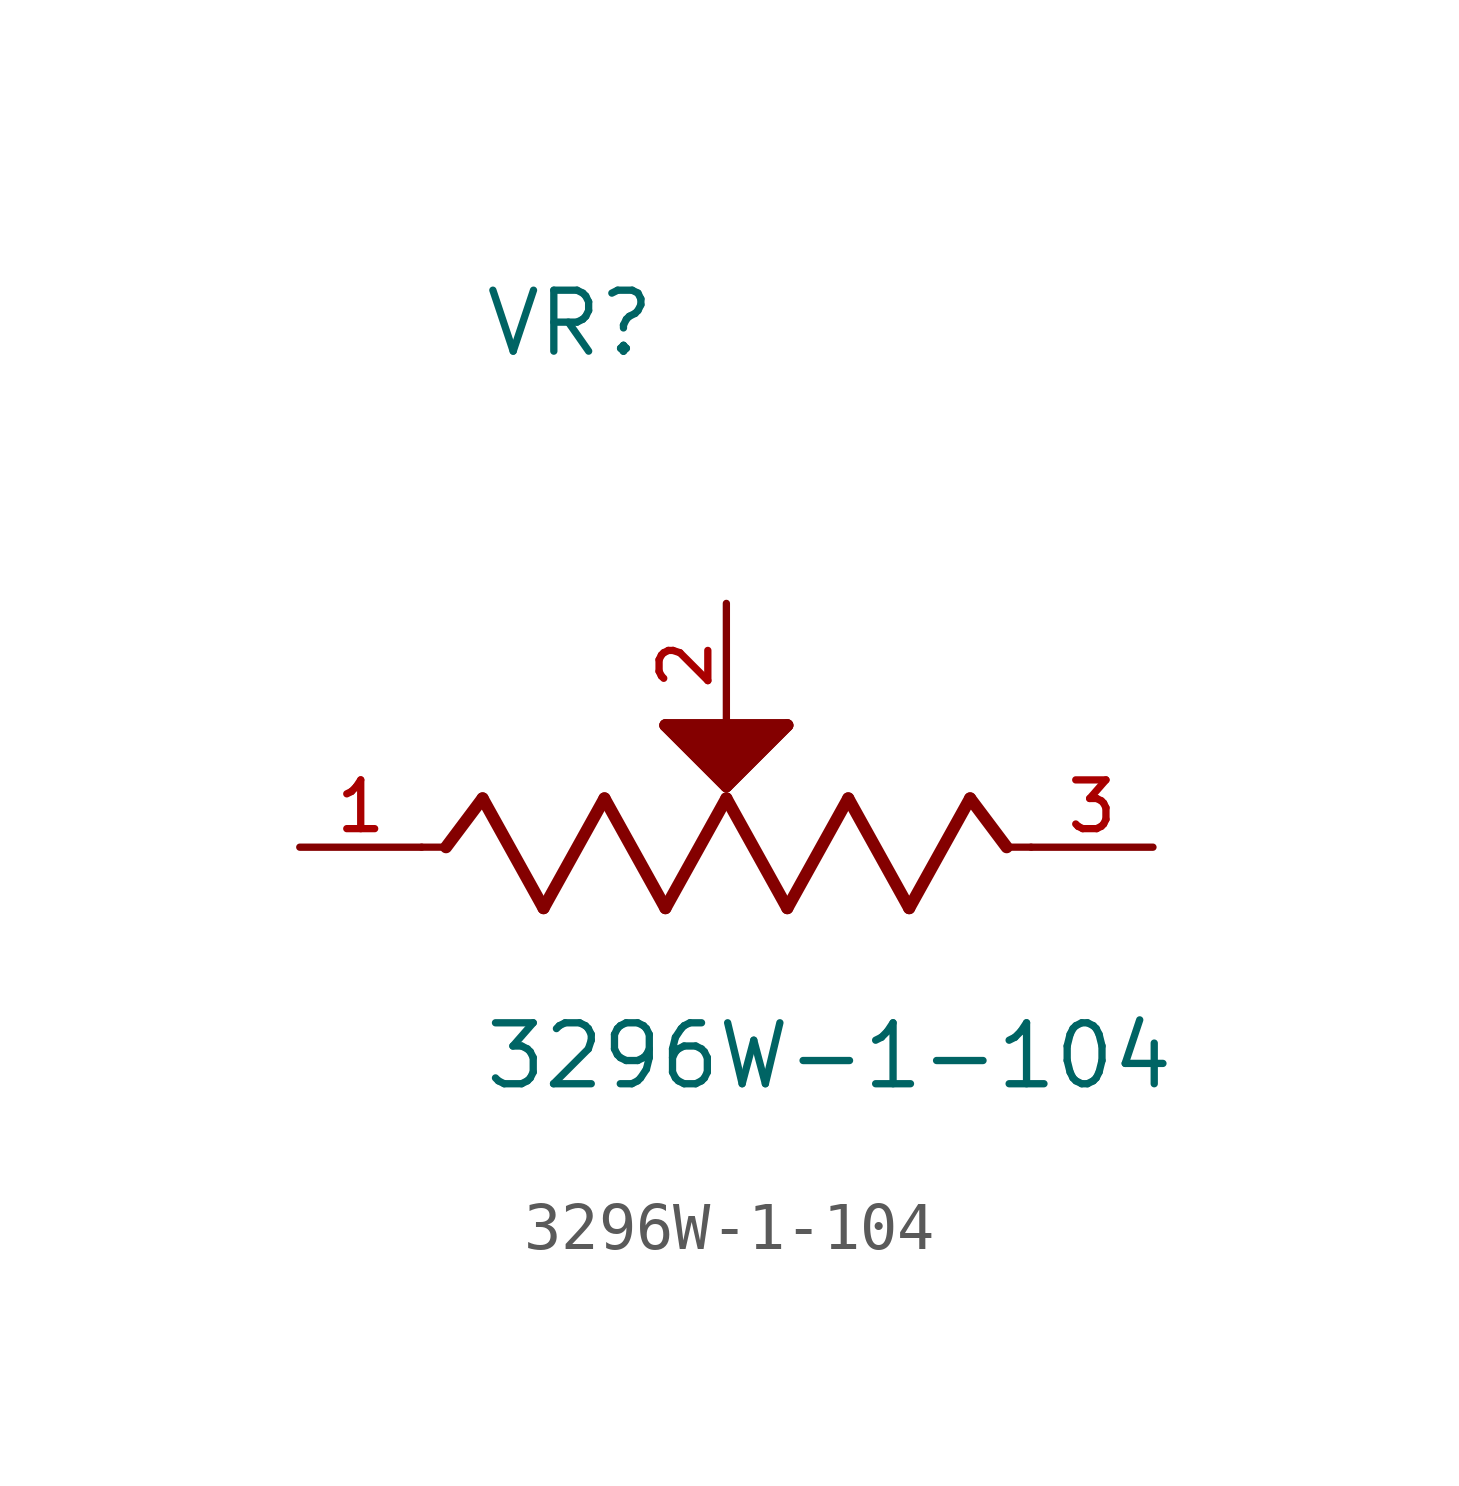
<source format=kicad_sym>
(kicad_symbol_lib
  (version 20241209)
  (generator "kicad_symbol_editor")
  (generator_version "9.0")
  (symbol "3296W-1-104"
    (pin_names
      (offset 1.016))
    (property "Reference" "VR"
      (at -5.087 10.174 0)
      (effects (font (size 1.27 1.27)) (justify left bottom)))
    (property "Value" "3296W-1-104"
      (at -5.093 -5.093 0)
      (effects (font (size 1.27 1.27)) (justify left bottom)))
    (symbol "3296W-1-104_0_0"
      (polyline (pts (xy -6.35 0) (xy -5.842 0)) (stroke (width 0.152) (type default)) (fill (type none)))
      (polyline (pts (xy -5.842 0) (xy -5.08 1.016)) (stroke (width 0.254) (type default)) (fill (type none)))
      (polyline (pts (xy -5.08 1.016) (xy -3.81 -1.27)) (stroke (width 0.254) (type default)) (fill (type none)))
      (polyline (pts (xy -3.81 -1.27) (xy -2.54 1.016)) (stroke (width 0.254) (type default)) (fill (type none)))
      (polyline (pts (xy -2.54 1.016) (xy -1.27 -1.27)) (stroke (width 0.254) (type default)) (fill (type none)))
      (polyline (pts (xy -1.27 2.54) (xy 1.27 2.54)) (stroke (width 0.254) (type default)) (fill (type none)))
      (polyline (pts (xy -1.27 2.54) (xy 1.27 2.54) (xy 0 1.27) (xy -1.27 2.54)) (stroke (width 0.254) (type default)) (fill (type outline)))
      (polyline (pts (xy -1.27 -1.27) (xy 0 1.016)) (stroke (width 0.254) (type default)) (fill (type none)))
      (polyline (pts (xy 0 1.27) (xy -1.27 2.54)) (stroke (width 0.254) (type default)) (fill (type none)))
      (polyline (pts (xy 0 1.016) (xy 1.27 -1.27)) (stroke (width 0.254) (type default)) (fill (type none)))
      (polyline (pts (xy 1.27 2.54) (xy 0 1.27)) (stroke (width 0.254) (type default)) (fill (type none)))
      (polyline (pts (xy 1.27 -1.27) (xy 2.54 1.016)) (stroke (width 0.254) (type default)) (fill (type none)))
      (polyline (pts (xy 2.54 1.016) (xy 3.81 -1.27)) (stroke (width 0.254) (type default)) (fill (type none)))
      (polyline (pts (xy 3.81 -1.27) (xy 5.08 1.016)) (stroke (width 0.254) (type default)) (fill (type none)))
      (polyline (pts (xy 5.842 0) (xy 5.08 1.016)) (stroke (width 0.254) (type default)) (fill (type none)))
      (polyline (pts (xy 5.842 0) (xy 6.35 0)) (stroke (width 0.152) (type default)) (fill (type none)))
      (pin passive line (at -8.89 0 0) (length 2.54) (name "~" (effects (font (size 1.016 1.016)))) (number "1" (effects (font (size 1.016 1.016)))))
      (pin passive line (at 0 5.08 270) (length 2.54) (name "~" (effects (font (size 1.016 1.016)))) (number "2" (effects (font (size 1.016 1.016)))))
      (pin passive line (at 8.89 0 180) (length 2.54) (name "~" (effects (font (size 1.016 1.016)))) (number "3" (effects (font (size 1.016 1.016))))))))
</source>
